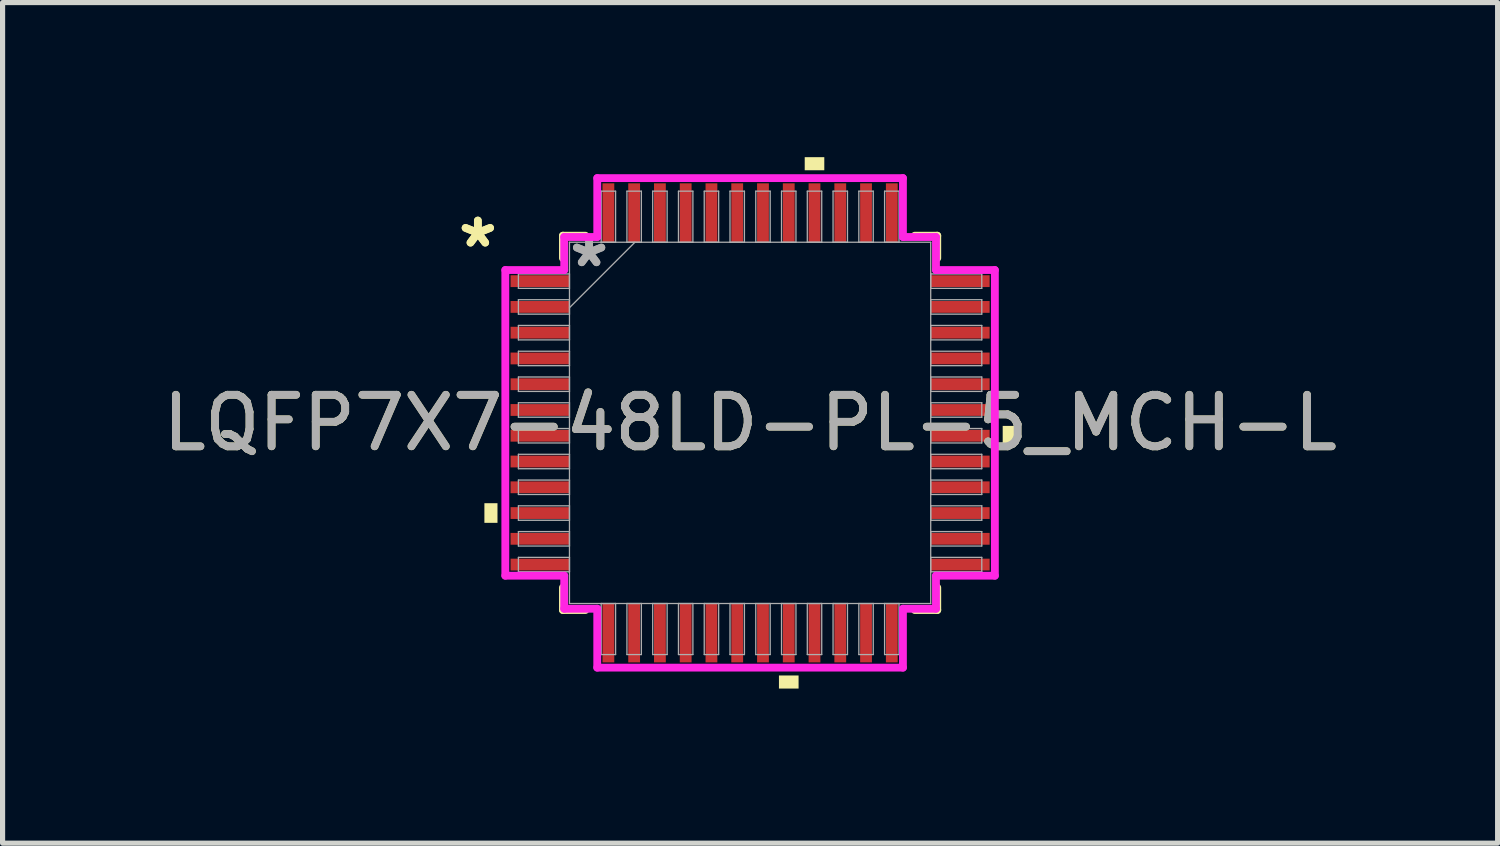
<source format=kicad_pcb>
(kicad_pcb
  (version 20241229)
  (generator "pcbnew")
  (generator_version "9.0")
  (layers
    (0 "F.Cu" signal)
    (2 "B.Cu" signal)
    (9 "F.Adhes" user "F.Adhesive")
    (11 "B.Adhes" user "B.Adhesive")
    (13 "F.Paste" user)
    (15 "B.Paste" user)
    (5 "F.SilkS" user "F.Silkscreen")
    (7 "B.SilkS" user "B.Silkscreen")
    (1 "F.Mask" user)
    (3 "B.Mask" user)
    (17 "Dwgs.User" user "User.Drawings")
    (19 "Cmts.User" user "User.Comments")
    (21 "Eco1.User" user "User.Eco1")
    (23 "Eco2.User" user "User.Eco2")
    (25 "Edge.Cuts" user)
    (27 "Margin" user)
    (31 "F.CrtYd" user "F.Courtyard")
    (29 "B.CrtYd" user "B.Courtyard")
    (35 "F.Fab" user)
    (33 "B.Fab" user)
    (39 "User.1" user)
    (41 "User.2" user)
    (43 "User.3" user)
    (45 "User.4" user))
  (footprint "LQFP7X7-48LD-PL-5_MCH-L"
    (layer "F.Cu")
    (at 11.506 5.156)
    (property "Reference" "LQFP7X7-48LD-PL-5_MCH-L" (at 0 0 0) (unlocked yes) (layer "F.SilkS") (effects (font (size 1 1) (thickness 0.15))))
    (attr smd)
    (fp_line (start -3.632 -3.632) (end -3.632 -3.197) (stroke (width 0.152) (type solid)) (layer "F.SilkS"))
    (fp_line (start -3.632 3.197) (end -3.632 3.632) (stroke (width 0.152) (type solid)) (layer "F.SilkS"))
    (fp_line (start -3.632 3.632) (end -3.197 3.632) (stroke (width 0.152) (type solid)) (layer "F.SilkS"))
    (fp_line (start -3.197 -3.632) (end -3.632 -3.632) (stroke (width 0.152) (type solid)) (layer "F.SilkS"))
    (fp_line (start 3.197 3.632) (end 3.632 3.632) (stroke (width 0.152) (type solid)) (layer "F.SilkS"))
    (fp_line (start 3.632 -3.632) (end 3.197 -3.632) (stroke (width 0.152) (type solid)) (layer "F.SilkS"))
    (fp_line (start 3.632 -3.197) (end 3.632 -3.632) (stroke (width 0.152) (type solid)) (layer "F.SilkS"))
    (fp_line (start 3.632 3.632) (end 3.632 3.197) (stroke (width 0.152) (type solid)) (layer "F.SilkS"))
    (fp_poly (pts (xy -5.156 1.559) (xy -5.156 1.94) (xy -4.902 1.94) (xy -4.902 1.559)) (stroke (width 0) (type solid)) (fill yes) (layer "F.SilkS"))
    (fp_poly (pts (xy 0.56 4.902) (xy 0.56 5.156) (xy 0.941 5.156) (xy 0.941 4.902)) (stroke (width 0) (type solid)) (fill yes) (layer "F.SilkS"))
    (fp_poly (pts (xy 1.06 -4.902) (xy 1.06 -5.156) (xy 1.44 -5.156) (xy 1.44 -4.902)) (stroke (width 0) (type solid)) (fill yes) (layer "F.SilkS"))
    (fp_poly (pts (xy 5.156 0.059) (xy 5.156 0.441) (xy 4.902 0.441) (xy 4.902 0.059)) (stroke (width 0) (type solid)) (fill yes) (layer "F.SilkS"))
    (fp_line (start -4.75 -2.966) (end -3.607 -2.966) (stroke (width 0.152) (type solid)) (layer "F.CrtYd"))
    (fp_line (start -4.75 2.966) (end -4.75 -2.966) (stroke (width 0.152) (type solid)) (layer "F.CrtYd"))
    (fp_line (start -3.607 -3.607) (end -2.966 -3.607) (stroke (width 0.152) (type solid)) (layer "F.CrtYd"))
    (fp_line (start -3.607 -2.966) (end -3.607 -3.607) (stroke (width 0.152) (type solid)) (layer "F.CrtYd"))
    (fp_line (start -3.607 2.966) (end -4.75 2.966) (stroke (width 0.152) (type solid)) (layer "F.CrtYd"))
    (fp_line (start -3.607 3.607) (end -3.607 2.966) (stroke (width 0.152) (type solid)) (layer "F.CrtYd"))
    (fp_line (start -3.607 3.607) (end -2.966 3.607) (stroke (width 0.152) (type solid)) (layer "F.CrtYd"))
    (fp_line (start -2.966 -4.75) (end 2.966 -4.75) (stroke (width 0.152) (type solid)) (layer "F.CrtYd"))
    (fp_line (start -2.966 -3.607) (end -2.966 -4.75) (stroke (width 0.152) (type solid)) (layer "F.CrtYd"))
    (fp_line (start -2.966 3.607) (end -2.966 4.75) (stroke (width 0.152) (type solid)) (layer "F.CrtYd"))
    (fp_line (start -2.966 4.75) (end 2.966 4.75) (stroke (width 0.152) (type solid)) (layer "F.CrtYd"))
    (fp_line (start 2.966 -4.75) (end 2.966 -3.607) (stroke (width 0.152) (type solid)) (layer "F.CrtYd"))
    (fp_line (start 2.966 -3.607) (end 3.607 -3.607) (stroke (width 0.152) (type solid)) (layer "F.CrtYd"))
    (fp_line (start 2.966 3.607) (end 3.607 3.607) (stroke (width 0.152) (type solid)) (layer "F.CrtYd"))
    (fp_line (start 2.966 4.75) (end 2.966 3.607) (stroke (width 0.152) (type solid)) (layer "F.CrtYd"))
    (fp_line (start 3.607 -2.966) (end 3.607 -3.607) (stroke (width 0.152) (type solid)) (layer "F.CrtYd"))
    (fp_line (start 3.607 2.966) (end 4.75 2.966) (stroke (width 0.152) (type solid)) (layer "F.CrtYd"))
    (fp_line (start 3.607 3.607) (end 3.607 2.966) (stroke (width 0.152) (type solid)) (layer "F.CrtYd"))
    (fp_line (start 4.75 -2.966) (end 3.607 -2.966) (stroke (width 0.152) (type solid)) (layer "F.CrtYd"))
    (fp_line (start 4.75 2.966) (end 4.75 -2.966) (stroke (width 0.152) (type solid)) (layer "F.CrtYd"))
    (fp_line (start -4.496 -2.89) (end -4.496 -2.61) (stroke (width 0.025) (type solid)) (layer "F.Fab"))
    (fp_line (start -4.496 -2.61) (end -3.505 -2.61) (stroke (width 0.025) (type solid)) (layer "F.Fab"))
    (fp_line (start -4.496 -2.39) (end -4.496 -2.11) (stroke (width 0.025) (type solid)) (layer "F.Fab"))
    (fp_line (start -4.496 -2.11) (end -3.505 -2.11) (stroke (width 0.025) (type solid)) (layer "F.Fab"))
    (fp_line (start -4.496 -1.89) (end -4.496 -1.61) (stroke (width 0.025) (type solid)) (layer "F.Fab"))
    (fp_line (start -4.496 -1.61) (end -3.505 -1.61) (stroke (width 0.025) (type solid)) (layer "F.Fab"))
    (fp_line (start -4.496 -1.39) (end -4.496 -1.11) (stroke (width 0.025) (type solid)) (layer "F.Fab"))
    (fp_line (start -4.496 -1.11) (end -3.505 -1.11) (stroke (width 0.025) (type solid)) (layer "F.Fab"))
    (fp_line (start -4.496 -0.89) (end -4.496 -0.61) (stroke (width 0.025) (type solid)) (layer "F.Fab"))
    (fp_line (start -4.496 -0.61) (end -3.505 -0.61) (stroke (width 0.025) (type solid)) (layer "F.Fab"))
    (fp_line (start -4.496 -0.39) (end -4.496 -0.11) (stroke (width 0.025) (type solid)) (layer "F.Fab"))
    (fp_line (start -4.496 -0.11) (end -3.505 -0.11) (stroke (width 0.025) (type solid)) (layer "F.Fab"))
    (fp_line (start -4.496 0.11) (end -4.496 0.39) (stroke (width 0.025) (type solid)) (layer "F.Fab"))
    (fp_line (start -4.496 0.39) (end -3.505 0.39) (stroke (width 0.025) (type solid)) (layer "F.Fab"))
    (fp_line (start -4.496 0.61) (end -4.496 0.89) (stroke (width 0.025) (type solid)) (layer "F.Fab"))
    (fp_line (start -4.496 0.89) (end -3.505 0.89) (stroke (width 0.025) (type solid)) (layer "F.Fab"))
    (fp_line (start -4.496 1.11) (end -4.496 1.39) (stroke (width 0.025) (type solid)) (layer "F.Fab"))
    (fp_line (start -4.496 1.39) (end -3.505 1.39) (stroke (width 0.025) (type solid)) (layer "F.Fab"))
    (fp_line (start -4.496 1.61) (end -4.496 1.89) (stroke (width 0.025) (type solid)) (layer "F.Fab"))
    (fp_line (start -4.496 1.89) (end -3.505 1.89) (stroke (width 0.025) (type solid)) (layer "F.Fab"))
    (fp_line (start -4.496 2.11) (end -4.496 2.39) (stroke (width 0.025) (type solid)) (layer "F.Fab"))
    (fp_line (start -4.496 2.39) (end -3.505 2.39) (stroke (width 0.025) (type solid)) (layer "F.Fab"))
    (fp_line (start -4.496 2.61) (end -4.496 2.89) (stroke (width 0.025) (type solid)) (layer "F.Fab"))
    (fp_line (start -4.496 2.89) (end -3.505 2.89) (stroke (width 0.025) (type solid)) (layer "F.Fab"))
    (fp_line (start -3.505 -3.505) (end -3.505 3.505) (stroke (width 0.025) (type solid)) (layer "F.Fab"))
    (fp_line (start -3.505 -2.89) (end -4.496 -2.89) (stroke (width 0.025) (type solid)) (layer "F.Fab"))
    (fp_line (start -3.505 -2.61) (end -3.505 -2.89) (stroke (width 0.025) (type solid)) (layer "F.Fab"))
    (fp_line (start -3.505 -2.39) (end -4.496 -2.39) (stroke (width 0.025) (type solid)) (layer "F.Fab"))
    (fp_line (start -3.505 -2.235) (end -2.235 -3.505) (stroke (width 0.025) (type solid)) (layer "F.Fab"))
    (fp_line (start -3.505 -2.11) (end -3.505 -2.39) (stroke (width 0.025) (type solid)) (layer "F.Fab"))
    (fp_line (start -3.505 -1.89) (end -4.496 -1.89) (stroke (width 0.025) (type solid)) (layer "F.Fab"))
    (fp_line (start -3.505 -1.61) (end -3.505 -1.89) (stroke (width 0.025) (type solid)) (layer "F.Fab"))
    (fp_line (start -3.505 -1.39) (end -4.496 -1.39) (stroke (width 0.025) (type solid)) (layer "F.Fab"))
    (fp_line (start -3.505 -1.11) (end -3.505 -1.39) (stroke (width 0.025) (type solid)) (layer "F.Fab"))
    (fp_line (start -3.505 -0.89) (end -4.496 -0.89) (stroke (width 0.025) (type solid)) (layer "F.Fab"))
    (fp_line (start -3.505 -0.61) (end -3.505 -0.89) (stroke (width 0.025) (type solid)) (layer "F.Fab"))
    (fp_line (start -3.505 -0.39) (end -4.496 -0.39) (stroke (width 0.025) (type solid)) (layer "F.Fab"))
    (fp_line (start -3.505 -0.11) (end -3.505 -0.39) (stroke (width 0.025) (type solid)) (layer "F.Fab"))
    (fp_line (start -3.505 0.11) (end -4.496 0.11) (stroke (width 0.025) (type solid)) (layer "F.Fab"))
    (fp_line (start -3.505 0.39) (end -3.505 0.11) (stroke (width 0.025) (type solid)) (layer "F.Fab"))
    (fp_line (start -3.505 0.61) (end -4.496 0.61) (stroke (width 0.025) (type solid)) (layer "F.Fab"))
    (fp_line (start -3.505 0.89) (end -3.505 0.61) (stroke (width 0.025) (type solid)) (layer "F.Fab"))
    (fp_line (start -3.505 1.11) (end -4.496 1.11) (stroke (width 0.025) (type solid)) (layer "F.Fab"))
    (fp_line (start -3.505 1.39) (end -3.505 1.11) (stroke (width 0.025) (type solid)) (layer "F.Fab"))
    (fp_line (start -3.505 1.61) (end -4.496 1.61) (stroke (width 0.025) (type solid)) (layer "F.Fab"))
    (fp_line (start -3.505 1.89) (end -3.505 1.61) (stroke (width 0.025) (type solid)) (layer "F.Fab"))
    (fp_line (start -3.505 2.11) (end -4.496 2.11) (stroke (width 0.025) (type solid)) (layer "F.Fab"))
    (fp_line (start -3.505 2.39) (end -3.505 2.11) (stroke (width 0.025) (type solid)) (layer "F.Fab"))
    (fp_line (start -3.505 2.61) (end -4.496 2.61) (stroke (width 0.025) (type solid)) (layer "F.Fab"))
    (fp_line (start -3.505 2.89) (end -3.505 2.61) (stroke (width 0.025) (type solid)) (layer "F.Fab"))
    (fp_line (start -3.505 3.505) (end 3.505 3.505) (stroke (width 0.025) (type solid)) (layer "F.Fab"))
    (fp_line (start -2.89 -4.496) (end -2.89 -3.505) (stroke (width 0.025) (type solid)) (layer "F.Fab"))
    (fp_line (start -2.89 -3.505) (end -2.61 -3.505) (stroke (width 0.025) (type solid)) (layer "F.Fab"))
    (fp_line (start -2.89 3.505) (end -2.89 4.496) (stroke (width 0.025) (type solid)) (layer "F.Fab"))
    (fp_line (start -2.89 4.496) (end -2.61 4.496) (stroke (width 0.025) (type solid)) (layer "F.Fab"))
    (fp_line (start -2.61 -4.496) (end -2.89 -4.496) (stroke (width 0.025) (type solid)) (layer "F.Fab"))
    (fp_line (start -2.61 -3.505) (end -2.61 -4.496) (stroke (width 0.025) (type solid)) (layer "F.Fab"))
    (fp_line (start -2.61 3.505) (end -2.89 3.505) (stroke (width 0.025) (type solid)) (layer "F.Fab"))
    (fp_line (start -2.61 4.496) (end -2.61 3.505) (stroke (width 0.025) (type solid)) (layer "F.Fab"))
    (fp_line (start -2.39 -4.496) (end -2.39 -3.505) (stroke (width 0.025) (type solid)) (layer "F.Fab"))
    (fp_line (start -2.39 -3.505) (end -2.11 -3.505) (stroke (width 0.025) (type solid)) (layer "F.Fab"))
    (fp_line (start -2.39 3.505) (end -2.39 4.496) (stroke (width 0.025) (type solid)) (layer "F.Fab"))
    (fp_line (start -2.39 4.496) (end -2.11 4.496) (stroke (width 0.025) (type solid)) (layer "F.Fab"))
    (fp_line (start -2.11 -4.496) (end -2.39 -4.496) (stroke (width 0.025) (type solid)) (layer "F.Fab"))
    (fp_line (start -2.11 -3.505) (end -2.11 -4.496) (stroke (width 0.025) (type solid)) (layer "F.Fab"))
    (fp_line (start -2.11 3.505) (end -2.39 3.505) (stroke (width 0.025) (type solid)) (layer "F.Fab"))
    (fp_line (start -2.11 4.496) (end -2.11 3.505) (stroke (width 0.025) (type solid)) (layer "F.Fab"))
    (fp_line (start -1.89 -4.496) (end -1.89 -3.505) (stroke (width 0.025) (type solid)) (layer "F.Fab"))
    (fp_line (start -1.89 -3.505) (end -1.61 -3.505) (stroke (width 0.025) (type solid)) (layer "F.Fab"))
    (fp_line (start -1.89 3.505) (end -1.89 4.496) (stroke (width 0.025) (type solid)) (layer "F.Fab"))
    (fp_line (start -1.89 4.496) (end -1.61 4.496) (stroke (width 0.025) (type solid)) (layer "F.Fab"))
    (fp_line (start -1.61 -4.496) (end -1.89 -4.496) (stroke (width 0.025) (type solid)) (layer "F.Fab"))
    (fp_line (start -1.61 -3.505) (end -1.61 -4.496) (stroke (width 0.025) (type solid)) (layer "F.Fab"))
    (fp_line (start -1.61 3.505) (end -1.89 3.505) (stroke (width 0.025) (type solid)) (layer "F.Fab"))
    (fp_line (start -1.61 4.496) (end -1.61 3.505) (stroke (width 0.025) (type solid)) (layer "F.Fab"))
    (fp_line (start -1.39 -4.496) (end -1.39 -3.505) (stroke (width 0.025) (type solid)) (layer "F.Fab"))
    (fp_line (start -1.39 -3.505) (end -1.11 -3.505) (stroke (width 0.025) (type solid)) (layer "F.Fab"))
    (fp_line (start -1.39 3.505) (end -1.39 4.496) (stroke (width 0.025) (type solid)) (layer "F.Fab"))
    (fp_line (start -1.39 4.496) (end -1.11 4.496) (stroke (width 0.025) (type solid)) (layer "F.Fab"))
    (fp_line (start -1.11 -4.496) (end -1.39 -4.496) (stroke (width 0.025) (type solid)) (layer "F.Fab"))
    (fp_line (start -1.11 -3.505) (end -1.11 -4.496) (stroke (width 0.025) (type solid)) (layer "F.Fab"))
    (fp_line (start -1.11 3.505) (end -1.39 3.505) (stroke (width 0.025) (type solid)) (layer "F.Fab"))
    (fp_line (start -1.11 4.496) (end -1.11 3.505) (stroke (width 0.025) (type solid)) (layer "F.Fab"))
    (fp_line (start -0.89 -4.496) (end -0.89 -3.505) (stroke (width 0.025) (type solid)) (layer "F.Fab"))
    (fp_line (start -0.89 -3.505) (end -0.61 -3.505) (stroke (width 0.025) (type solid)) (layer "F.Fab"))
    (fp_line (start -0.89 3.505) (end -0.89 4.496) (stroke (width 0.025) (type solid)) (layer "F.Fab"))
    (fp_line (start -0.89 4.496) (end -0.61 4.496) (stroke (width 0.025) (type solid)) (layer "F.Fab"))
    (fp_line (start -0.61 -4.496) (end -0.89 -4.496) (stroke (width 0.025) (type solid)) (layer "F.Fab"))
    (fp_line (start -0.61 -3.505) (end -0.61 -4.496) (stroke (width 0.025) (type solid)) (layer "F.Fab"))
    (fp_line (start -0.61 3.505) (end -0.89 3.505) (stroke (width 0.025) (type solid)) (layer "F.Fab"))
    (fp_line (start -0.61 4.496) (end -0.61 3.505) (stroke (width 0.025) (type solid)) (layer "F.Fab"))
    (fp_line (start -0.39 -4.496) (end -0.39 -3.505) (stroke (width 0.025) (type solid)) (layer "F.Fab"))
    (fp_line (start -0.39 -3.505) (end -0.11 -3.505) (stroke (width 0.025) (type solid)) (layer "F.Fab"))
    (fp_line (start -0.39 3.505) (end -0.39 4.496) (stroke (width 0.025) (type solid)) (layer "F.Fab"))
    (fp_line (start -0.39 4.496) (end -0.11 4.496) (stroke (width 0.025) (type solid)) (layer "F.Fab"))
    (fp_line (start -0.11 -4.496) (end -0.39 -4.496) (stroke (width 0.025) (type solid)) (layer "F.Fab"))
    (fp_line (start -0.11 -3.505) (end -0.11 -4.496) (stroke (width 0.025) (type solid)) (layer "F.Fab"))
    (fp_line (start -0.11 3.505) (end -0.39 3.505) (stroke (width 0.025) (type solid)) (layer "F.Fab"))
    (fp_line (start -0.11 4.496) (end -0.11 3.505) (stroke (width 0.025) (type solid)) (layer "F.Fab"))
    (fp_line (start 0.11 -4.496) (end 0.11 -3.505) (stroke (width 0.025) (type solid)) (layer "F.Fab"))
    (fp_line (start 0.11 -3.505) (end 0.39 -3.505) (stroke (width 0.025) (type solid)) (layer "F.Fab"))
    (fp_line (start 0.11 3.505) (end 0.11 4.496) (stroke (width 0.025) (type solid)) (layer "F.Fab"))
    (fp_line (start 0.11 4.496) (end 0.39 4.496) (stroke (width 0.025) (type solid)) (layer "F.Fab"))
    (fp_line (start 0.39 -4.496) (end 0.11 -4.496) (stroke (width 0.025) (type solid)) (layer "F.Fab"))
    (fp_line (start 0.39 -3.505) (end 0.39 -4.496) (stroke (width 0.025) (type solid)) (layer "F.Fab"))
    (fp_line (start 0.39 3.505) (end 0.11 3.505) (stroke (width 0.025) (type solid)) (layer "F.Fab"))
    (fp_line (start 0.39 4.496) (end 0.39 3.505) (stroke (width 0.025) (type solid)) (layer "F.Fab"))
    (fp_line (start 0.61 -4.496) (end 0.61 -3.505) (stroke (width 0.025) (type solid)) (layer "F.Fab"))
    (fp_line (start 0.61 -3.505) (end 0.89 -3.505) (stroke (width 0.025) (type solid)) (layer "F.Fab"))
    (fp_line (start 0.61 3.505) (end 0.61 4.496) (stroke (width 0.025) (type solid)) (layer "F.Fab"))
    (fp_line (start 0.61 4.496) (end 0.89 4.496) (stroke (width 0.025) (type solid)) (layer "F.Fab"))
    (fp_line (start 0.89 -4.496) (end 0.61 -4.496) (stroke (width 0.025) (type solid)) (layer "F.Fab"))
    (fp_line (start 0.89 -3.505) (end 0.89 -4.496) (stroke (width 0.025) (type solid)) (layer "F.Fab"))
    (fp_line (start 0.89 3.505) (end 0.61 3.505) (stroke (width 0.025) (type solid)) (layer "F.Fab"))
    (fp_line (start 0.89 4.496) (end 0.89 3.505) (stroke (width 0.025) (type solid)) (layer "F.Fab"))
    (fp_line (start 1.11 -4.496) (end 1.11 -3.505) (stroke (width 0.025) (type solid)) (layer "F.Fab"))
    (fp_line (start 1.11 -3.505) (end 1.39 -3.505) (stroke (width 0.025) (type solid)) (layer "F.Fab"))
    (fp_line (start 1.11 3.505) (end 1.11 4.496) (stroke (width 0.025) (type solid)) (layer "F.Fab"))
    (fp_line (start 1.11 4.496) (end 1.39 4.496) (stroke (width 0.025) (type solid)) (layer "F.Fab"))
    (fp_line (start 1.39 -4.496) (end 1.11 -4.496) (stroke (width 0.025) (type solid)) (layer "F.Fab"))
    (fp_line (start 1.39 -3.505) (end 1.39 -4.496) (stroke (width 0.025) (type solid)) (layer "F.Fab"))
    (fp_line (start 1.39 3.505) (end 1.11 3.505) (stroke (width 0.025) (type solid)) (layer "F.Fab"))
    (fp_line (start 1.39 4.496) (end 1.39 3.505) (stroke (width 0.025) (type solid)) (layer "F.Fab"))
    (fp_line (start 1.61 -4.496) (end 1.61 -3.505) (stroke (width 0.025) (type solid)) (layer "F.Fab"))
    (fp_line (start 1.61 -3.505) (end 1.89 -3.505) (stroke (width 0.025) (type solid)) (layer "F.Fab"))
    (fp_line (start 1.61 3.505) (end 1.61 4.496) (stroke (width 0.025) (type solid)) (layer "F.Fab"))
    (fp_line (start 1.61 4.496) (end 1.89 4.496) (stroke (width 0.025) (type solid)) (layer "F.Fab"))
    (fp_line (start 1.89 -4.496) (end 1.61 -4.496) (stroke (width 0.025) (type solid)) (layer "F.Fab"))
    (fp_line (start 1.89 -3.505) (end 1.89 -4.496) (stroke (width 0.025) (type solid)) (layer "F.Fab"))
    (fp_line (start 1.89 3.505) (end 1.61 3.505) (stroke (width 0.025) (type solid)) (layer "F.Fab"))
    (fp_line (start 1.89 4.496) (end 1.89 3.505) (stroke (width 0.025) (type solid)) (layer "F.Fab"))
    (fp_line (start 2.11 -4.496) (end 2.11 -3.505) (stroke (width 0.025) (type solid)) (layer "F.Fab"))
    (fp_line (start 2.11 -3.505) (end 2.39 -3.505) (stroke (width 0.025) (type solid)) (layer "F.Fab"))
    (fp_line (start 2.11 3.505) (end 2.11 4.496) (stroke (width 0.025) (type solid)) (layer "F.Fab"))
    (fp_line (start 2.11 4.496) (end 2.39 4.496) (stroke (width 0.025) (type solid)) (layer "F.Fab"))
    (fp_line (start 2.39 -4.496) (end 2.11 -4.496) (stroke (width 0.025) (type solid)) (layer "F.Fab"))
    (fp_line (start 2.39 -3.505) (end 2.39 -4.496) (stroke (width 0.025) (type solid)) (layer "F.Fab"))
    (fp_line (start 2.39 3.505) (end 2.11 3.505) (stroke (width 0.025) (type solid)) (layer "F.Fab"))
    (fp_line (start 2.39 4.496) (end 2.39 3.505) (stroke (width 0.025) (type solid)) (layer "F.Fab"))
    (fp_line (start 2.61 -4.496) (end 2.61 -3.505) (stroke (width 0.025) (type solid)) (layer "F.Fab"))
    (fp_line (start 2.61 -3.505) (end 2.89 -3.505) (stroke (width 0.025) (type solid)) (layer "F.Fab"))
    (fp_line (start 2.61 3.505) (end 2.61 4.496) (stroke (width 0.025) (type solid)) (layer "F.Fab"))
    (fp_line (start 2.61 4.496) (end 2.89 4.496) (stroke (width 0.025) (type solid)) (layer "F.Fab"))
    (fp_line (start 2.89 -4.496) (end 2.61 -4.496) (stroke (width 0.025) (type solid)) (layer "F.Fab"))
    (fp_line (start 2.89 -3.505) (end 2.89 -4.496) (stroke (width 0.025) (type solid)) (layer "F.Fab"))
    (fp_line (start 2.89 3.505) (end 2.61 3.505) (stroke (width 0.025) (type solid)) (layer "F.Fab"))
    (fp_line (start 2.89 4.496) (end 2.89 3.505) (stroke (width 0.025) (type solid)) (layer "F.Fab"))
    (fp_line (start 3.505 -3.505) (end -3.505 -3.505) (stroke (width 0.025) (type solid)) (layer "F.Fab"))
    (fp_line (start 3.505 -2.89) (end 3.505 -2.61) (stroke (width 0.025) (type solid)) (layer "F.Fab"))
    (fp_line (start 3.505 -2.61) (end 4.496 -2.61) (stroke (width 0.025) (type solid)) (layer "F.Fab"))
    (fp_line (start 3.505 -2.39) (end 3.505 -2.11) (stroke (width 0.025) (type solid)) (layer "F.Fab"))
    (fp_line (start 3.505 -2.11) (end 4.496 -2.11) (stroke (width 0.025) (type solid)) (layer "F.Fab"))
    (fp_line (start 3.505 -1.89) (end 3.505 -1.61) (stroke (width 0.025) (type solid)) (layer "F.Fab"))
    (fp_line (start 3.505 -1.61) (end 4.496 -1.61) (stroke (width 0.025) (type solid)) (layer "F.Fab"))
    (fp_line (start 3.505 -1.39) (end 3.505 -1.11) (stroke (width 0.025) (type solid)) (layer "F.Fab"))
    (fp_line (start 3.505 -1.11) (end 4.496 -1.11) (stroke (width 0.025) (type solid)) (layer "F.Fab"))
    (fp_line (start 3.505 -0.89) (end 3.505 -0.61) (stroke (width 0.025) (type solid)) (layer "F.Fab"))
    (fp_line (start 3.505 -0.61) (end 4.496 -0.61) (stroke (width 0.025) (type solid)) (layer "F.Fab"))
    (fp_line (start 3.505 -0.39) (end 3.505 -0.11) (stroke (width 0.025) (type solid)) (layer "F.Fab"))
    (fp_line (start 3.505 -0.11) (end 4.496 -0.11) (stroke (width 0.025) (type solid)) (layer "F.Fab"))
    (fp_line (start 3.505 0.11) (end 3.505 0.39) (stroke (width 0.025) (type solid)) (layer "F.Fab"))
    (fp_line (start 3.505 0.39) (end 4.496 0.39) (stroke (width 0.025) (type solid)) (layer "F.Fab"))
    (fp_line (start 3.505 0.61) (end 3.505 0.89) (stroke (width 0.025) (type solid)) (layer "F.Fab"))
    (fp_line (start 3.505 0.89) (end 4.496 0.89) (stroke (width 0.025) (type solid)) (layer "F.Fab"))
    (fp_line (start 3.505 1.11) (end 3.505 1.39) (stroke (width 0.025) (type solid)) (layer "F.Fab"))
    (fp_line (start 3.505 1.39) (end 4.496 1.39) (stroke (width 0.025) (type solid)) (layer "F.Fab"))
    (fp_line (start 3.505 1.61) (end 3.505 1.89) (stroke (width 0.025) (type solid)) (layer "F.Fab"))
    (fp_line (start 3.505 1.89) (end 4.496 1.89) (stroke (width 0.025) (type solid)) (layer "F.Fab"))
    (fp_line (start 3.505 2.11) (end 3.505 2.39) (stroke (width 0.025) (type solid)) (layer "F.Fab"))
    (fp_line (start 3.505 2.39) (end 4.496 2.39) (stroke (width 0.025) (type solid)) (layer "F.Fab"))
    (fp_line (start 3.505 2.61) (end 3.505 2.89) (stroke (width 0.025) (type solid)) (layer "F.Fab"))
    (fp_line (start 3.505 2.89) (end 4.496 2.89) (stroke (width 0.025) (type solid)) (layer "F.Fab"))
    (fp_line (start 3.505 3.505) (end 3.505 -3.505) (stroke (width 0.025) (type solid)) (layer "F.Fab"))
    (fp_line (start 4.496 -2.89) (end 3.505 -2.89) (stroke (width 0.025) (type solid)) (layer "F.Fab"))
    (fp_line (start 4.496 -2.61) (end 4.496 -2.89) (stroke (width 0.025) (type solid)) (layer "F.Fab"))
    (fp_line (start 4.496 -2.39) (end 3.505 -2.39) (stroke (width 0.025) (type solid)) (layer "F.Fab"))
    (fp_line (start 4.496 -2.11) (end 4.496 -2.39) (stroke (width 0.025) (type solid)) (layer "F.Fab"))
    (fp_line (start 4.496 -1.89) (end 3.505 -1.89) (stroke (width 0.025) (type solid)) (layer "F.Fab"))
    (fp_line (start 4.496 -1.61) (end 4.496 -1.89) (stroke (width 0.025) (type solid)) (layer "F.Fab"))
    (fp_line (start 4.496 -1.39) (end 3.505 -1.39) (stroke (width 0.025) (type solid)) (layer "F.Fab"))
    (fp_line (start 4.496 -1.11) (end 4.496 -1.39) (stroke (width 0.025) (type solid)) (layer "F.Fab"))
    (fp_line (start 4.496 -0.89) (end 3.505 -0.89) (stroke (width 0.025) (type solid)) (layer "F.Fab"))
    (fp_line (start 4.496 -0.61) (end 4.496 -0.89) (stroke (width 0.025) (type solid)) (layer "F.Fab"))
    (fp_line (start 4.496 -0.39) (end 3.505 -0.39) (stroke (width 0.025) (type solid)) (layer "F.Fab"))
    (fp_line (start 4.496 -0.11) (end 4.496 -0.39) (stroke (width 0.025) (type solid)) (layer "F.Fab"))
    (fp_line (start 4.496 0.11) (end 3.505 0.11) (stroke (width 0.025) (type solid)) (layer "F.Fab"))
    (fp_line (start 4.496 0.39) (end 4.496 0.11) (stroke (width 0.025) (type solid)) (layer "F.Fab"))
    (fp_line (start 4.496 0.61) (end 3.505 0.61) (stroke (width 0.025) (type solid)) (layer "F.Fab"))
    (fp_line (start 4.496 0.89) (end 4.496 0.61) (stroke (width 0.025) (type solid)) (layer "F.Fab"))
    (fp_line (start 4.496 1.11) (end 3.505 1.11) (stroke (width 0.025) (type solid)) (layer "F.Fab"))
    (fp_line (start 4.496 1.39) (end 4.496 1.11) (stroke (width 0.025) (type solid)) (layer "F.Fab"))
    (fp_line (start 4.496 1.61) (end 3.505 1.61) (stroke (width 0.025) (type solid)) (layer "F.Fab"))
    (fp_line (start 4.496 1.89) (end 4.496 1.61) (stroke (width 0.025) (type solid)) (layer "F.Fab"))
    (fp_line (start 4.496 2.11) (end 3.505 2.11) (stroke (width 0.025) (type solid)) (layer "F.Fab"))
    (fp_line (start 4.496 2.39) (end 4.496 2.11) (stroke (width 0.025) (type solid)) (layer "F.Fab"))
    (fp_line (start 4.496 2.61) (end 3.505 2.61) (stroke (width 0.025) (type solid)) (layer "F.Fab"))
    (fp_line (start 4.496 2.89) (end 4.496 2.61) (stroke (width 0.025) (type solid)) (layer "F.Fab"))
    (fp_text user "*" (at -5.283 -3.381 0) (layer "F.SilkS") (effects (font (size 1 1) (thickness 0.15))))
    (fp_text user "*" (at -5.283 -3.381 0) (unlocked yes) (layer "F.SilkS") (effects (font (size 1 1) (thickness 0.15))))
    (fp_text user "${REFERENCE}" (at 0 0 0) (unlocked yes) (layer "F.Fab") (effects (font (size 1 1) (thickness 0.15))))
    (fp_text user "*" (at -3.124 -3 0) (unlocked yes) (layer "F.Fab") (effects (font (size 1 1) (thickness 0.15))))
    (fp_text user "*" (at -3.124 -3 0) (layer "F.Fab") (effects (font (size 1 1) (thickness 0.15))))
    (pad "1" smd rect (at -4.077 -2.75 90) (size 0.229 1.143) (layers "F.Cu" "F.Mask" "F.Paste"))
    (pad "2" smd rect (at -4.077 -2.25 90) (size 0.229 1.143) (layers "F.Cu" "F.Mask" "F.Paste"))
    (pad "3" smd rect (at -4.077 -1.75 90) (size 0.229 1.143) (layers "F.Cu" "F.Mask" "F.Paste"))
    (pad "4" smd rect (at -4.077 -1.25 90) (size 0.229 1.143) (layers "F.Cu" "F.Mask" "F.Paste"))
    (pad "5" smd rect (at -4.077 -0.75 90) (size 0.229 1.143) (layers "F.Cu" "F.Mask" "F.Paste"))
    (pad "6" smd rect (at -4.077 -0.25 90) (size 0.229 1.143) (layers "F.Cu" "F.Mask" "F.Paste"))
    (pad "7" smd rect (at -4.077 0.25 90) (size 0.229 1.143) (layers "F.Cu" "F.Mask" "F.Paste"))
    (pad "8" smd rect (at -4.077 0.75 90) (size 0.229 1.143) (layers "F.Cu" "F.Mask" "F.Paste"))
    (pad "9" smd rect (at -4.077 1.25 90) (size 0.229 1.143) (layers "F.Cu" "F.Mask" "F.Paste"))
    (pad "10" smd rect (at -4.077 1.75 90) (size 0.229 1.143) (layers "F.Cu" "F.Mask" "F.Paste"))
    (pad "11" smd rect (at -4.077 2.25 90) (size 0.229 1.143) (layers "F.Cu" "F.Mask" "F.Paste"))
    (pad "12" smd rect (at -4.077 2.75 90) (size 0.229 1.143) (layers "F.Cu" "F.Mask" "F.Paste"))
    (pad "13" smd rect (at -2.75 4.077) (size 0.229 1.143) (layers "F.Cu" "F.Mask" "F.Paste"))
    (pad "14" smd rect (at -2.25 4.077) (size 0.229 1.143) (layers "F.Cu" "F.Mask" "F.Paste"))
    (pad "15" smd rect (at -1.75 4.077) (size 0.229 1.143) (layers "F.Cu" "F.Mask" "F.Paste"))
    (pad "16" smd rect (at -1.25 4.077) (size 0.229 1.143) (layers "F.Cu" "F.Mask" "F.Paste"))
    (pad "17" smd rect (at -0.75 4.077) (size 0.229 1.143) (layers "F.Cu" "F.Mask" "F.Paste"))
    (pad "18" smd rect (at -0.25 4.077) (size 0.229 1.143) (layers "F.Cu" "F.Mask" "F.Paste"))
    (pad "19" smd rect (at 0.25 4.077) (size 0.229 1.143) (layers "F.Cu" "F.Mask" "F.Paste"))
    (pad "20" smd rect (at 0.75 4.077) (size 0.229 1.143) (layers "F.Cu" "F.Mask" "F.Paste"))
    (pad "21" smd rect (at 1.25 4.077) (size 0.229 1.143) (layers "F.Cu" "F.Mask" "F.Paste"))
    (pad "22" smd rect (at 1.75 4.077) (size 0.229 1.143) (layers "F.Cu" "F.Mask" "F.Paste"))
    (pad "23" smd rect (at 2.25 4.077) (size 0.229 1.143) (layers "F.Cu" "F.Mask" "F.Paste"))
    (pad "24" smd rect (at 2.75 4.077) (size 0.229 1.143) (layers "F.Cu" "F.Mask" "F.Paste"))
    (pad "25" smd rect (at 4.077 2.75 90) (size 0.229 1.143) (layers "F.Cu" "F.Mask" "F.Paste"))
    (pad "26" smd rect (at 4.077 2.25 90) (size 0.229 1.143) (layers "F.Cu" "F.Mask" "F.Paste"))
    (pad "27" smd rect (at 4.077 1.75 90) (size 0.229 1.143) (layers "F.Cu" "F.Mask" "F.Paste"))
    (pad "28" smd rect (at 4.077 1.25 90) (size 0.229 1.143) (layers "F.Cu" "F.Mask" "F.Paste"))
    (pad "29" smd rect (at 4.077 0.75 90) (size 0.229 1.143) (layers "F.Cu" "F.Mask" "F.Paste"))
    (pad "30" smd rect (at 4.077 0.25 90) (size 0.229 1.143) (layers "F.Cu" "F.Mask" "F.Paste"))
    (pad "31" smd rect (at 4.077 -0.25 90) (size 0.229 1.143) (layers "F.Cu" "F.Mask" "F.Paste"))
    (pad "32" smd rect (at 4.077 -0.75 90) (size 0.229 1.143) (layers "F.Cu" "F.Mask" "F.Paste"))
    (pad "33" smd rect (at 4.077 -1.25 90) (size 0.229 1.143) (layers "F.Cu" "F.Mask" "F.Paste"))
    (pad "34" smd rect (at 4.077 -1.75 90) (size 0.229 1.143) (layers "F.Cu" "F.Mask" "F.Paste"))
    (pad "35" smd rect (at 4.077 -2.25 90) (size 0.229 1.143) (layers "F.Cu" "F.Mask" "F.Paste"))
    (pad "36" smd rect (at 4.077 -2.75 90) (size 0.229 1.143) (layers "F.Cu" "F.Mask" "F.Paste"))
    (pad "37" smd rect (at 2.75 -4.077) (size 0.229 1.143) (layers "F.Cu" "F.Mask" "F.Paste"))
    (pad "38" smd rect (at 2.25 -4.077) (size 0.229 1.143) (layers "F.Cu" "F.Mask" "F.Paste"))
    (pad "39" smd rect (at 1.75 -4.077) (size 0.229 1.143) (layers "F.Cu" "F.Mask" "F.Paste"))
    (pad "40" smd rect (at 1.25 -4.077) (size 0.229 1.143) (layers "F.Cu" "F.Mask" "F.Paste"))
    (pad "41" smd rect (at 0.75 -4.077) (size 0.229 1.143) (layers "F.Cu" "F.Mask" "F.Paste"))
    (pad "42" smd rect (at 0.25 -4.077) (size 0.229 1.143) (layers "F.Cu" "F.Mask" "F.Paste"))
    (pad "43" smd rect (at -0.25 -4.077) (size 0.229 1.143) (layers "F.Cu" "F.Mask" "F.Paste"))
    (pad "44" smd rect (at -0.75 -4.077) (size 0.229 1.143) (layers "F.Cu" "F.Mask" "F.Paste"))
    (pad "45" smd rect (at -1.25 -4.077) (size 0.229 1.143) (layers "F.Cu" "F.Mask" "F.Paste"))
    (pad "46" smd rect (at -1.75 -4.077) (size 0.229 1.143) (layers "F.Cu" "F.Mask" "F.Paste"))
    (pad "47" smd rect (at -2.25 -4.077) (size 0.229 1.143) (layers "F.Cu" "F.Mask" "F.Paste"))
    (pad "48" smd rect (at -2.75 -4.077) (size 0.229 1.143) (layers "F.Cu" "F.Mask" "F.Paste")))
  (gr_rect
    (start -3 -3)
    (end 26.012 13.312)
    (stroke (width 0.1) (type default))
    (fill no)
    (layer "Edge.Cuts")))
</source>
